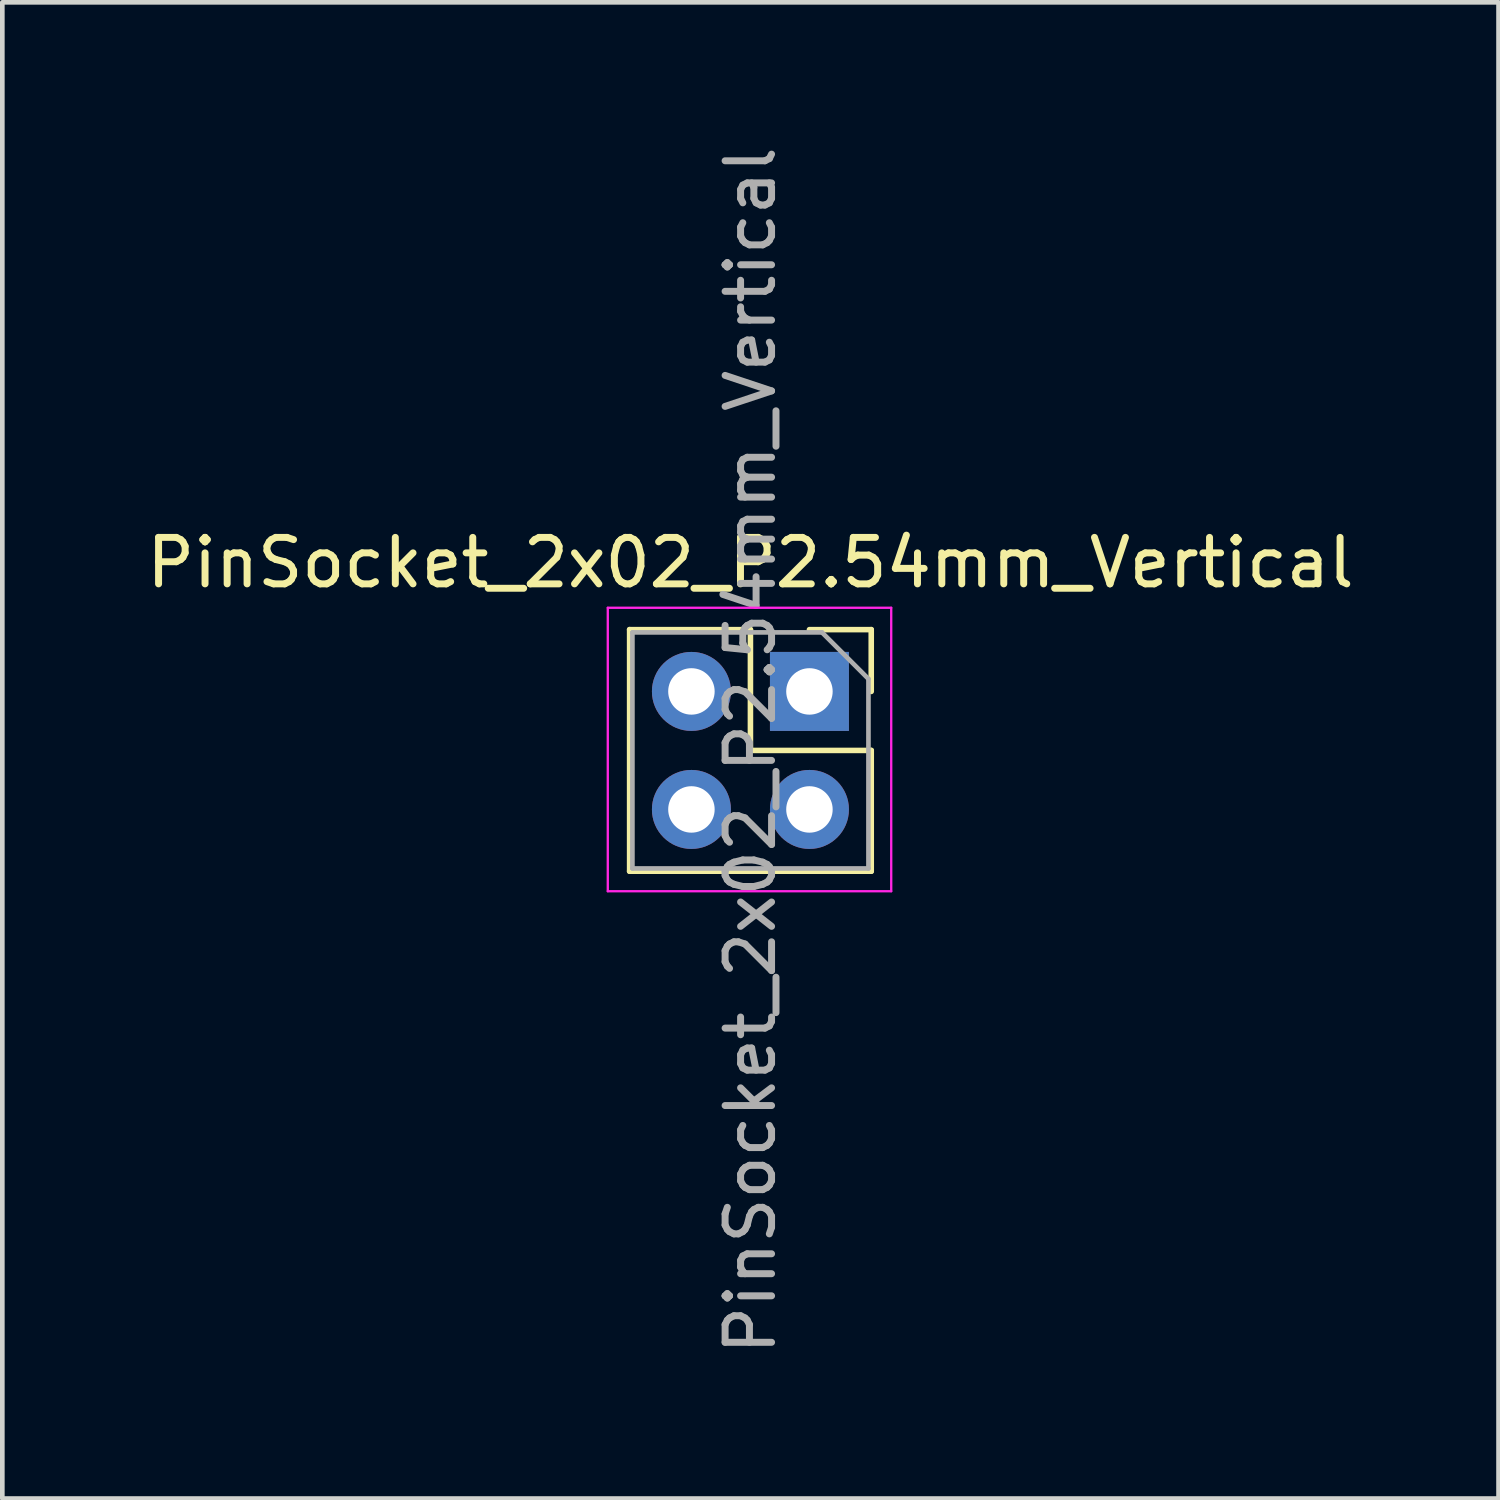
<source format=kicad_pcb>
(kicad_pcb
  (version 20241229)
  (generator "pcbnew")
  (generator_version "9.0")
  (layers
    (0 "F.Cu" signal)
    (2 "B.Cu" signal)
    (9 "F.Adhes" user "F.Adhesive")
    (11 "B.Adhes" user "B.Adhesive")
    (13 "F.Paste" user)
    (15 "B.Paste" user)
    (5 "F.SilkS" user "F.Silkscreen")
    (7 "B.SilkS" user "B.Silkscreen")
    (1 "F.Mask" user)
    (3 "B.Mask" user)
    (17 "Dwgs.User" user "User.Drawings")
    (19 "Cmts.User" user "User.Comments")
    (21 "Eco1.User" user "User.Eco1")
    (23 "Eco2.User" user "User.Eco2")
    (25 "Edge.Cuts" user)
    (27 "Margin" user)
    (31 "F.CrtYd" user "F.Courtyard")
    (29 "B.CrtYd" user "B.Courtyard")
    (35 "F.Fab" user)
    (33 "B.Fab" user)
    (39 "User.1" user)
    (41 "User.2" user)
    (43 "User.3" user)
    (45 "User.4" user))
  (footprint "PinSocket_2x02_P2.54mm_Vertical"
    (layer "F.Cu")
    (at 13.101 13.101)
    (property "Reference" "PinSocket_2x02_P2.54mm_Vertical" (at 0 -4.04 0) (layer "F.SilkS") (effects (font (size 1 1) (thickness 0.15))))
    (attr through_hole)
    (fp_line (start -2.6 -2.6) (end -2.6 2.6) (stroke (width 0.12) (type solid)) (layer "F.SilkS"))
    (fp_line (start -2.6 -2.6) (end 0 -2.6) (stroke (width 0.12) (type solid)) (layer "F.SilkS"))
    (fp_line (start -2.6 2.6) (end 2.6 2.6) (stroke (width 0.12) (type solid)) (layer "F.SilkS"))
    (fp_line (start 0 -2.6) (end 0 0) (stroke (width 0.12) (type solid)) (layer "F.SilkS"))
    (fp_line (start 0 0) (end 2.6 0) (stroke (width 0.12) (type solid)) (layer "F.SilkS"))
    (fp_line (start 1.27 -2.6) (end 2.6 -2.6) (stroke (width 0.12) (type solid)) (layer "F.SilkS"))
    (fp_line (start 2.6 -2.6) (end 2.6 -1.27) (stroke (width 0.12) (type solid)) (layer "F.SilkS"))
    (fp_line (start 2.6 0) (end 2.6 2.6) (stroke (width 0.12) (type solid)) (layer "F.SilkS"))
    (fp_line (start -3.07 -3.07) (end 3.03 -3.07) (stroke (width 0.05) (type solid)) (layer "F.CrtYd"))
    (fp_line (start -3.07 3.03) (end -3.07 -3.07) (stroke (width 0.05) (type solid)) (layer "F.CrtYd"))
    (fp_line (start 3.03 -3.07) (end 3.03 3.03) (stroke (width 0.05) (type solid)) (layer "F.CrtYd"))
    (fp_line (start 3.03 3.03) (end -3.07 3.03) (stroke (width 0.05) (type solid)) (layer "F.CrtYd"))
    (fp_line (start -2.54 -2.54) (end 1.54 -2.54) (stroke (width 0.1) (type solid)) (layer "F.Fab"))
    (fp_line (start -2.54 2.54) (end -2.54 -2.54) (stroke (width 0.1) (type solid)) (layer "F.Fab"))
    (fp_line (start 1.54 -2.54) (end 2.54 -1.54) (stroke (width 0.1) (type solid)) (layer "F.Fab"))
    (fp_line (start 2.54 -1.54) (end 2.54 2.54) (stroke (width 0.1) (type solid)) (layer "F.Fab"))
    (fp_line (start 2.54 2.54) (end -2.54 2.54) (stroke (width 0.1) (type solid)) (layer "F.Fab"))
    (fp_text user "${REFERENCE}" (at 0 0 90) (layer "F.Fab") (effects (font (size 1 1) (thickness 0.15))))
    (pad "1" thru_hole rect (at 1.27 -1.27) (size 1.7 1.7) (drill 1) (layers "*.Cu" "*.Mask"))
    (pad "2" thru_hole oval (at -1.27 -1.27) (size 1.7 1.7) (drill 1) (layers "*.Cu" "*.Mask"))
    (pad "3" thru_hole oval (at 1.27 1.27) (size 1.7 1.7) (drill 1) (layers "*.Cu" "*.Mask"))
    (pad "4" thru_hole oval (at -1.27 1.27) (size 1.7 1.7) (drill 1) (layers "*.Cu" "*.Mask")))
  (gr_rect
    (start -3 -3)
    (end 29.202 29.202)
    (stroke (width 0.1) (type default))
    (fill no)
    (layer "Edge.Cuts")))
</source>
